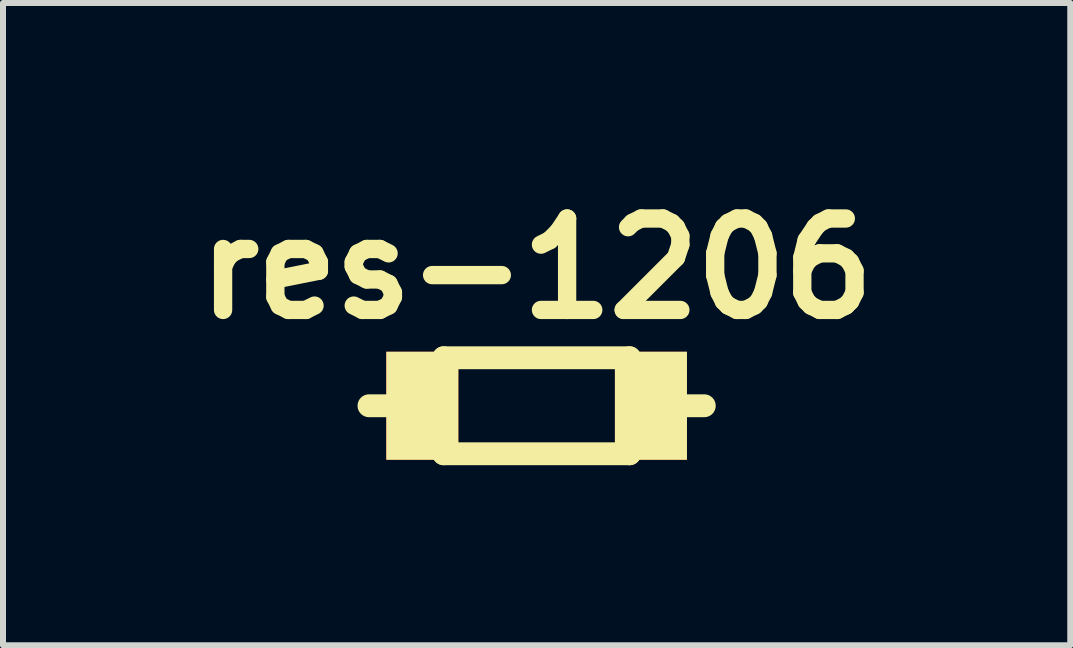
<source format=kicad_pcb>
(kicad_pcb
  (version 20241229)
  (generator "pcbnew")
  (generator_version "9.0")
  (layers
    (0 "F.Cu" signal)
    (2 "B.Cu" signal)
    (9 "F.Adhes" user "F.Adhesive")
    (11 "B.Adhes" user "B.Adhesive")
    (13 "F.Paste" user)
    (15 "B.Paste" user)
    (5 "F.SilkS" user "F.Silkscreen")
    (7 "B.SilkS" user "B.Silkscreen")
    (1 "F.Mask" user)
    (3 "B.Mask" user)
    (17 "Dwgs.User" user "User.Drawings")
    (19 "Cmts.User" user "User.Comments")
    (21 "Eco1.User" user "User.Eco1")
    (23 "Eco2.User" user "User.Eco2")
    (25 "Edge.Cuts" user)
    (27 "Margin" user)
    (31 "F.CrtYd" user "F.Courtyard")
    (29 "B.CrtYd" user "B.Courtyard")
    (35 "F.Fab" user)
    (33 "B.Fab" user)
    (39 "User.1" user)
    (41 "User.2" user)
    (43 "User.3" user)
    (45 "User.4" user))
  (footprint "res-1206"
    (layer "F.Cu")
    (at 3.988 3.712)
    (property "Reference" "res-1206" (at 1.905 -2.286 0) (layer "F.SilkS") (effects (font (size 1.524 1.524) (thickness 0.305))))
    (attr through_hole)
    (fp_line (start 0.356 -0.8) (end 0.356 0.8) (stroke (width 0.381) (type solid)) (layer "F.SilkS"))
    (fp_line (start 0.356 0.8) (end 3.454 0.8) (stroke (width 0.381) (type solid)) (layer "F.SilkS"))
    (fp_line (start 0.381 0) (end -0.889 0) (stroke (width 0.381) (type solid)) (layer "F.SilkS"))
    (fp_line (start 3.429 0) (end 4.699 0) (stroke (width 0.381) (type solid)) (layer "F.SilkS"))
    (fp_line (start 3.454 -0.8) (end 0.356 -0.8) (stroke (width 0.381) (type solid)) (layer "F.SilkS"))
    (fp_line (start 3.454 0.8) (end 3.454 -0.8) (stroke (width 0.381) (type solid)) (layer "F.SilkS"))
    (pad "1" smd rect (at 0 0) (size 1.201 1.801) (layers "F.Cu" "F.Mask" "F.SilkS"))
    (pad "2" smd rect (at 3.81 0) (size 1.201 1.801) (layers "F.Cu" "F.Mask" "F.SilkS")))
  (gr_rect
    (start -3 -3)
    (end 14.786 7.703)
    (stroke (width 0.1) (type default))
    (fill no)
    (layer "Edge.Cuts")))
</source>
